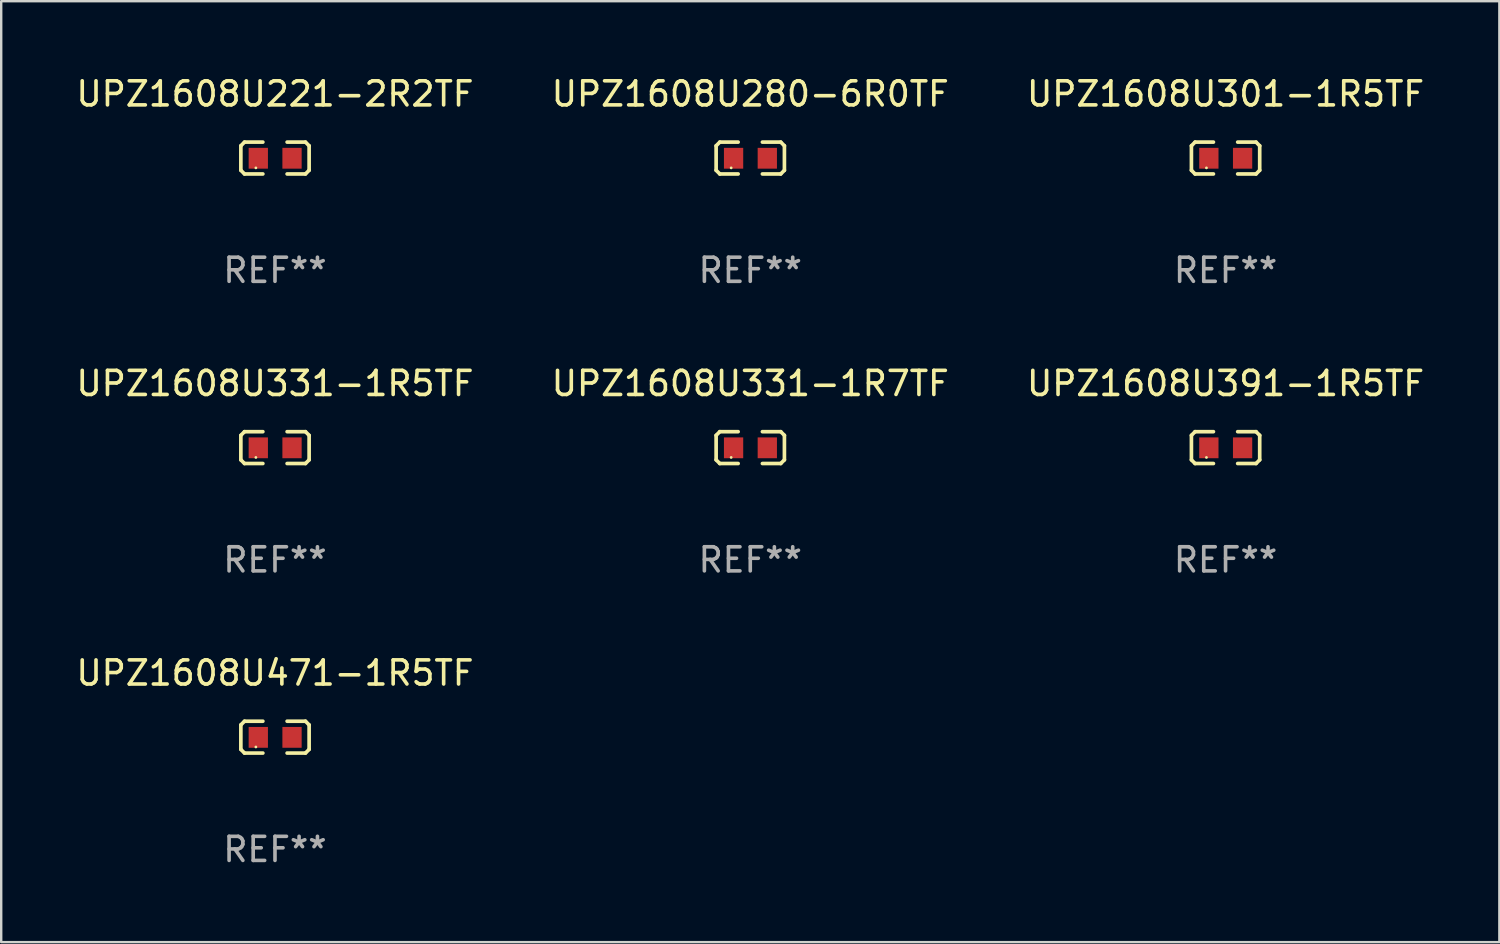
<source format=kicad_pcb>
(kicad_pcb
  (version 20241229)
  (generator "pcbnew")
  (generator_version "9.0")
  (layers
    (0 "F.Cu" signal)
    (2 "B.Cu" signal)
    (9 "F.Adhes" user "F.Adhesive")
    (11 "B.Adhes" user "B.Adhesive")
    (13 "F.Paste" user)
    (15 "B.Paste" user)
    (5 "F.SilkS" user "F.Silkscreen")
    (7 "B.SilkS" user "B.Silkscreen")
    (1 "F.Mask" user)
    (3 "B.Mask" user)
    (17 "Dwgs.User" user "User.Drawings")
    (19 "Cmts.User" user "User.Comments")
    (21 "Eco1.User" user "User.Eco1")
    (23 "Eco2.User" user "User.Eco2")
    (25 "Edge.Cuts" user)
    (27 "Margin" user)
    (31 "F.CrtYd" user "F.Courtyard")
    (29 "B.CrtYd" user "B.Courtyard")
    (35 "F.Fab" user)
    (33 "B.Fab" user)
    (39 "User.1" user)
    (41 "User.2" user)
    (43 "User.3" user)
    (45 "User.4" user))
  (footprint "UPZ1608U331-1R7TF"
    (layer "F.Cu")
    (at 28.089 15.527)
    (property "Reference" "UPZ1608U331-1R7TF" (at 0 -2.661 0) (layer "F.SilkS") (effects (font (size 1 1) (thickness 0.15))))
    (attr through_hole)
    (fp_line (start -1.417 -0.508) (end -1.265 -0.661) (stroke (width 0.152) (type solid)) (layer "F.SilkS"))
    (fp_line (start -1.417 0.508) (end -1.417 -0.508) (stroke (width 0.152) (type solid)) (layer "F.SilkS"))
    (fp_line (start -1.265 -0.661) (end -0.503 -0.661) (stroke (width 0.152) (type solid)) (layer "F.SilkS"))
    (fp_line (start -1.265 0.661) (end -1.417 0.508) (stroke (width 0.152) (type solid)) (layer "F.SilkS"))
    (fp_line (start -1.265 0.661) (end -0.503 0.661) (stroke (width 0.152) (type solid)) (layer "F.SilkS"))
    (fp_line (start 1.265 -0.661) (end 0.503 -0.661) (stroke (width 0.152) (type solid)) (layer "F.SilkS"))
    (fp_line (start 1.265 -0.661) (end 1.417 -0.508) (stroke (width 0.152) (type solid)) (layer "F.SilkS"))
    (fp_line (start 1.265 0.661) (end 0.503 0.661) (stroke (width 0.152) (type solid)) (layer "F.SilkS"))
    (fp_line (start 1.417 -0.508) (end 1.417 0.508) (stroke (width 0.152) (type solid)) (layer "F.SilkS"))
    (fp_line (start 1.417 0.508) (end 1.265 0.661) (stroke (width 0.152) (type solid)) (layer "F.SilkS"))
    (fp_circle (center -0.793 0.409) (end -0.763 0.409) (stroke (width 0.06) (type solid)) (fill no) (layer "F.SilkS"))
    (fp_text user "REF**" (at 0 4.661 0) (layer "F.Fab") (effects (font (size 1 1) (thickness 0.15))))
    (pad "1" smd rect (at -0.693 0.009 180) (size 0.8 0.864) (layers "F.Cu" "F.Mask" "F.Paste"))
    (pad "2" smd rect (at 0.707 0.009 180) (size 0.8 0.864) (layers "F.Cu" "F.Mask" "F.Paste")))
  (footprint "UPZ1608U221-2R2TF"
    (layer "F.Cu")
    (at 8.363 3.509)
    (property "Reference" "UPZ1608U221-2R2TF" (at 0 -2.661 0) (layer "F.SilkS") (effects (font (size 1 1) (thickness 0.15))))
    (attr through_hole)
    (fp_line (start -1.417 -0.508) (end -1.265 -0.661) (stroke (width 0.152) (type solid)) (layer "F.SilkS"))
    (fp_line (start -1.417 0.508) (end -1.417 -0.508) (stroke (width 0.152) (type solid)) (layer "F.SilkS"))
    (fp_line (start -1.265 -0.661) (end -0.503 -0.661) (stroke (width 0.152) (type solid)) (layer "F.SilkS"))
    (fp_line (start -1.265 0.661) (end -1.417 0.508) (stroke (width 0.152) (type solid)) (layer "F.SilkS"))
    (fp_line (start -1.265 0.661) (end -0.503 0.661) (stroke (width 0.152) (type solid)) (layer "F.SilkS"))
    (fp_line (start 1.265 -0.661) (end 0.503 -0.661) (stroke (width 0.152) (type solid)) (layer "F.SilkS"))
    (fp_line (start 1.265 -0.661) (end 1.417 -0.508) (stroke (width 0.152) (type solid)) (layer "F.SilkS"))
    (fp_line (start 1.265 0.661) (end 0.503 0.661) (stroke (width 0.152) (type solid)) (layer "F.SilkS"))
    (fp_line (start 1.417 -0.508) (end 1.417 0.508) (stroke (width 0.152) (type solid)) (layer "F.SilkS"))
    (fp_line (start 1.417 0.508) (end 1.265 0.661) (stroke (width 0.152) (type solid)) (layer "F.SilkS"))
    (fp_circle (center -0.793 0.409) (end -0.763 0.409) (stroke (width 0.06) (type solid)) (fill no) (layer "F.SilkS"))
    (fp_text user "REF**" (at 0 4.661 0) (layer "F.Fab") (effects (font (size 1 1) (thickness 0.15))))
    (pad "1" smd rect (at -0.693 0.009 180) (size 0.8 0.864) (layers "F.Cu" "F.Mask" "F.Paste"))
    (pad "2" smd rect (at 0.707 0.009 180) (size 0.8 0.864) (layers "F.Cu" "F.Mask" "F.Paste")))
  (footprint "UPZ1608U391-1R5TF"
    (layer "F.Cu")
    (at 47.815 15.527)
    (property "Reference" "UPZ1608U391-1R5TF" (at 0 -2.661 0) (layer "F.SilkS") (effects (font (size 1 1) (thickness 0.15))))
    (attr through_hole)
    (fp_line (start -1.417 -0.508) (end -1.265 -0.661) (stroke (width 0.152) (type solid)) (layer "F.SilkS"))
    (fp_line (start -1.417 0.508) (end -1.417 -0.508) (stroke (width 0.152) (type solid)) (layer "F.SilkS"))
    (fp_line (start -1.265 -0.661) (end -0.503 -0.661) (stroke (width 0.152) (type solid)) (layer "F.SilkS"))
    (fp_line (start -1.265 0.661) (end -1.417 0.508) (stroke (width 0.152) (type solid)) (layer "F.SilkS"))
    (fp_line (start -1.265 0.661) (end -0.503 0.661) (stroke (width 0.152) (type solid)) (layer "F.SilkS"))
    (fp_line (start 1.265 -0.661) (end 0.503 -0.661) (stroke (width 0.152) (type solid)) (layer "F.SilkS"))
    (fp_line (start 1.265 -0.661) (end 1.417 -0.508) (stroke (width 0.152) (type solid)) (layer "F.SilkS"))
    (fp_line (start 1.265 0.661) (end 0.503 0.661) (stroke (width 0.152) (type solid)) (layer "F.SilkS"))
    (fp_line (start 1.417 -0.508) (end 1.417 0.508) (stroke (width 0.152) (type solid)) (layer "F.SilkS"))
    (fp_line (start 1.417 0.508) (end 1.265 0.661) (stroke (width 0.152) (type solid)) (layer "F.SilkS"))
    (fp_circle (center -0.793 0.409) (end -0.763 0.409) (stroke (width 0.06) (type solid)) (fill no) (layer "F.SilkS"))
    (fp_text user "REF**" (at 0 4.661 0) (layer "F.Fab") (effects (font (size 1 1) (thickness 0.15))))
    (pad "1" smd rect (at -0.693 0.009 180) (size 0.8 0.864) (layers "F.Cu" "F.Mask" "F.Paste"))
    (pad "2" smd rect (at 0.707 0.009 180) (size 0.8 0.864) (layers "F.Cu" "F.Mask" "F.Paste")))
  (footprint "UPZ1608U471-1R5TF"
    (layer "F.Cu")
    (at 8.363 27.544)
    (property "Reference" "UPZ1608U471-1R5TF" (at 0 -2.661 0) (layer "F.SilkS") (effects (font (size 1 1) (thickness 0.15))))
    (attr through_hole)
    (fp_line (start -1.417 -0.508) (end -1.265 -0.661) (stroke (width 0.152) (type solid)) (layer "F.SilkS"))
    (fp_line (start -1.417 0.508) (end -1.417 -0.508) (stroke (width 0.152) (type solid)) (layer "F.SilkS"))
    (fp_line (start -1.265 -0.661) (end -0.503 -0.661) (stroke (width 0.152) (type solid)) (layer "F.SilkS"))
    (fp_line (start -1.265 0.661) (end -1.417 0.508) (stroke (width 0.152) (type solid)) (layer "F.SilkS"))
    (fp_line (start -1.265 0.661) (end -0.503 0.661) (stroke (width 0.152) (type solid)) (layer "F.SilkS"))
    (fp_line (start 1.265 -0.661) (end 0.503 -0.661) (stroke (width 0.152) (type solid)) (layer "F.SilkS"))
    (fp_line (start 1.265 -0.661) (end 1.417 -0.508) (stroke (width 0.152) (type solid)) (layer "F.SilkS"))
    (fp_line (start 1.265 0.661) (end 0.503 0.661) (stroke (width 0.152) (type solid)) (layer "F.SilkS"))
    (fp_line (start 1.417 -0.508) (end 1.417 0.508) (stroke (width 0.152) (type solid)) (layer "F.SilkS"))
    (fp_line (start 1.417 0.508) (end 1.265 0.661) (stroke (width 0.152) (type solid)) (layer "F.SilkS"))
    (fp_circle (center -0.793 0.409) (end -0.763 0.409) (stroke (width 0.06) (type solid)) (fill no) (layer "F.SilkS"))
    (fp_text user "REF**" (at 0 4.661 0) (layer "F.Fab") (effects (font (size 1 1) (thickness 0.15))))
    (pad "1" smd rect (at -0.693 0.009 180) (size 0.8 0.864) (layers "F.Cu" "F.Mask" "F.Paste"))
    (pad "2" smd rect (at 0.707 0.009 180) (size 0.8 0.864) (layers "F.Cu" "F.Mask" "F.Paste")))
  (footprint "UPZ1608U280-6R0TF"
    (layer "F.Cu")
    (at 28.089 3.509)
    (property "Reference" "UPZ1608U280-6R0TF" (at 0 -2.661 0) (layer "F.SilkS") (effects (font (size 1 1) (thickness 0.15))))
    (attr through_hole)
    (fp_line (start -1.417 -0.508) (end -1.265 -0.661) (stroke (width 0.152) (type solid)) (layer "F.SilkS"))
    (fp_line (start -1.417 0.508) (end -1.417 -0.508) (stroke (width 0.152) (type solid)) (layer "F.SilkS"))
    (fp_line (start -1.265 -0.661) (end -0.503 -0.661) (stroke (width 0.152) (type solid)) (layer "F.SilkS"))
    (fp_line (start -1.265 0.661) (end -1.417 0.508) (stroke (width 0.152) (type solid)) (layer "F.SilkS"))
    (fp_line (start -1.265 0.661) (end -0.503 0.661) (stroke (width 0.152) (type solid)) (layer "F.SilkS"))
    (fp_line (start 1.265 -0.661) (end 0.503 -0.661) (stroke (width 0.152) (type solid)) (layer "F.SilkS"))
    (fp_line (start 1.265 -0.661) (end 1.417 -0.508) (stroke (width 0.152) (type solid)) (layer "F.SilkS"))
    (fp_line (start 1.265 0.661) (end 0.503 0.661) (stroke (width 0.152) (type solid)) (layer "F.SilkS"))
    (fp_line (start 1.417 -0.508) (end 1.417 0.508) (stroke (width 0.152) (type solid)) (layer "F.SilkS"))
    (fp_line (start 1.417 0.508) (end 1.265 0.661) (stroke (width 0.152) (type solid)) (layer "F.SilkS"))
    (fp_circle (center -0.793 0.409) (end -0.763 0.409) (stroke (width 0.06) (type solid)) (fill no) (layer "F.SilkS"))
    (fp_text user "REF**" (at 0 4.661 0) (layer "F.Fab") (effects (font (size 1 1) (thickness 0.15))))
    (pad "1" smd rect (at -0.693 0.009 180) (size 0.8 0.864) (layers "F.Cu" "F.Mask" "F.Paste"))
    (pad "2" smd rect (at 0.707 0.009 180) (size 0.8 0.864) (layers "F.Cu" "F.Mask" "F.Paste")))
  (footprint "UPZ1608U331-1R5TF"
    (layer "F.Cu")
    (at 8.363 15.527)
    (property "Reference" "UPZ1608U331-1R5TF" (at 0 -2.661 0) (layer "F.SilkS") (effects (font (size 1 1) (thickness 0.15))))
    (attr through_hole)
    (fp_line (start -1.417 -0.508) (end -1.265 -0.661) (stroke (width 0.152) (type solid)) (layer "F.SilkS"))
    (fp_line (start -1.417 0.508) (end -1.417 -0.508) (stroke (width 0.152) (type solid)) (layer "F.SilkS"))
    (fp_line (start -1.265 -0.661) (end -0.503 -0.661) (stroke (width 0.152) (type solid)) (layer "F.SilkS"))
    (fp_line (start -1.265 0.661) (end -1.417 0.508) (stroke (width 0.152) (type solid)) (layer "F.SilkS"))
    (fp_line (start -1.265 0.661) (end -0.503 0.661) (stroke (width 0.152) (type solid)) (layer "F.SilkS"))
    (fp_line (start 1.265 -0.661) (end 0.503 -0.661) (stroke (width 0.152) (type solid)) (layer "F.SilkS"))
    (fp_line (start 1.265 -0.661) (end 1.417 -0.508) (stroke (width 0.152) (type solid)) (layer "F.SilkS"))
    (fp_line (start 1.265 0.661) (end 0.503 0.661) (stroke (width 0.152) (type solid)) (layer "F.SilkS"))
    (fp_line (start 1.417 -0.508) (end 1.417 0.508) (stroke (width 0.152) (type solid)) (layer "F.SilkS"))
    (fp_line (start 1.417 0.508) (end 1.265 0.661) (stroke (width 0.152) (type solid)) (layer "F.SilkS"))
    (fp_circle (center -0.793 0.409) (end -0.763 0.409) (stroke (width 0.06) (type solid)) (fill no) (layer "F.SilkS"))
    (fp_text user "REF**" (at 0 4.661 0) (layer "F.Fab") (effects (font (size 1 1) (thickness 0.15))))
    (pad "1" smd rect (at -0.693 0.009 180) (size 0.8 0.864) (layers "F.Cu" "F.Mask" "F.Paste"))
    (pad "2" smd rect (at 0.707 0.009 180) (size 0.8 0.864) (layers "F.Cu" "F.Mask" "F.Paste")))
  (footprint "UPZ1608U301-1R5TF"
    (layer "F.Cu")
    (at 47.815 3.509)
    (property "Reference" "UPZ1608U301-1R5TF" (at 0 -2.661 0) (layer "F.SilkS") (effects (font (size 1 1) (thickness 0.15))))
    (attr through_hole)
    (fp_line (start -1.417 -0.508) (end -1.265 -0.661) (stroke (width 0.152) (type solid)) (layer "F.SilkS"))
    (fp_line (start -1.417 0.508) (end -1.417 -0.508) (stroke (width 0.152) (type solid)) (layer "F.SilkS"))
    (fp_line (start -1.265 -0.661) (end -0.503 -0.661) (stroke (width 0.152) (type solid)) (layer "F.SilkS"))
    (fp_line (start -1.265 0.661) (end -1.417 0.508) (stroke (width 0.152) (type solid)) (layer "F.SilkS"))
    (fp_line (start -1.265 0.661) (end -0.503 0.661) (stroke (width 0.152) (type solid)) (layer "F.SilkS"))
    (fp_line (start 1.265 -0.661) (end 0.503 -0.661) (stroke (width 0.152) (type solid)) (layer "F.SilkS"))
    (fp_line (start 1.265 -0.661) (end 1.417 -0.508) (stroke (width 0.152) (type solid)) (layer "F.SilkS"))
    (fp_line (start 1.265 0.661) (end 0.503 0.661) (stroke (width 0.152) (type solid)) (layer "F.SilkS"))
    (fp_line (start 1.417 -0.508) (end 1.417 0.508) (stroke (width 0.152) (type solid)) (layer "F.SilkS"))
    (fp_line (start 1.417 0.508) (end 1.265 0.661) (stroke (width 0.152) (type solid)) (layer "F.SilkS"))
    (fp_circle (center -0.793 0.409) (end -0.763 0.409) (stroke (width 0.06) (type solid)) (fill no) (layer "F.SilkS"))
    (fp_text user "REF**" (at 0 4.661 0) (layer "F.Fab") (effects (font (size 1 1) (thickness 0.15))))
    (pad "1" smd rect (at -0.693 0.009 180) (size 0.8 0.864) (layers "F.Cu" "F.Mask" "F.Paste"))
    (pad "2" smd rect (at 0.707 0.009 180) (size 0.8 0.864) (layers "F.Cu" "F.Mask" "F.Paste")))
  (gr_rect
    (start -3 -3)
    (end 59.179 36.053)
    (stroke (width 0.1) (type default))
    (fill no)
    (layer "Edge.Cuts")))
</source>
